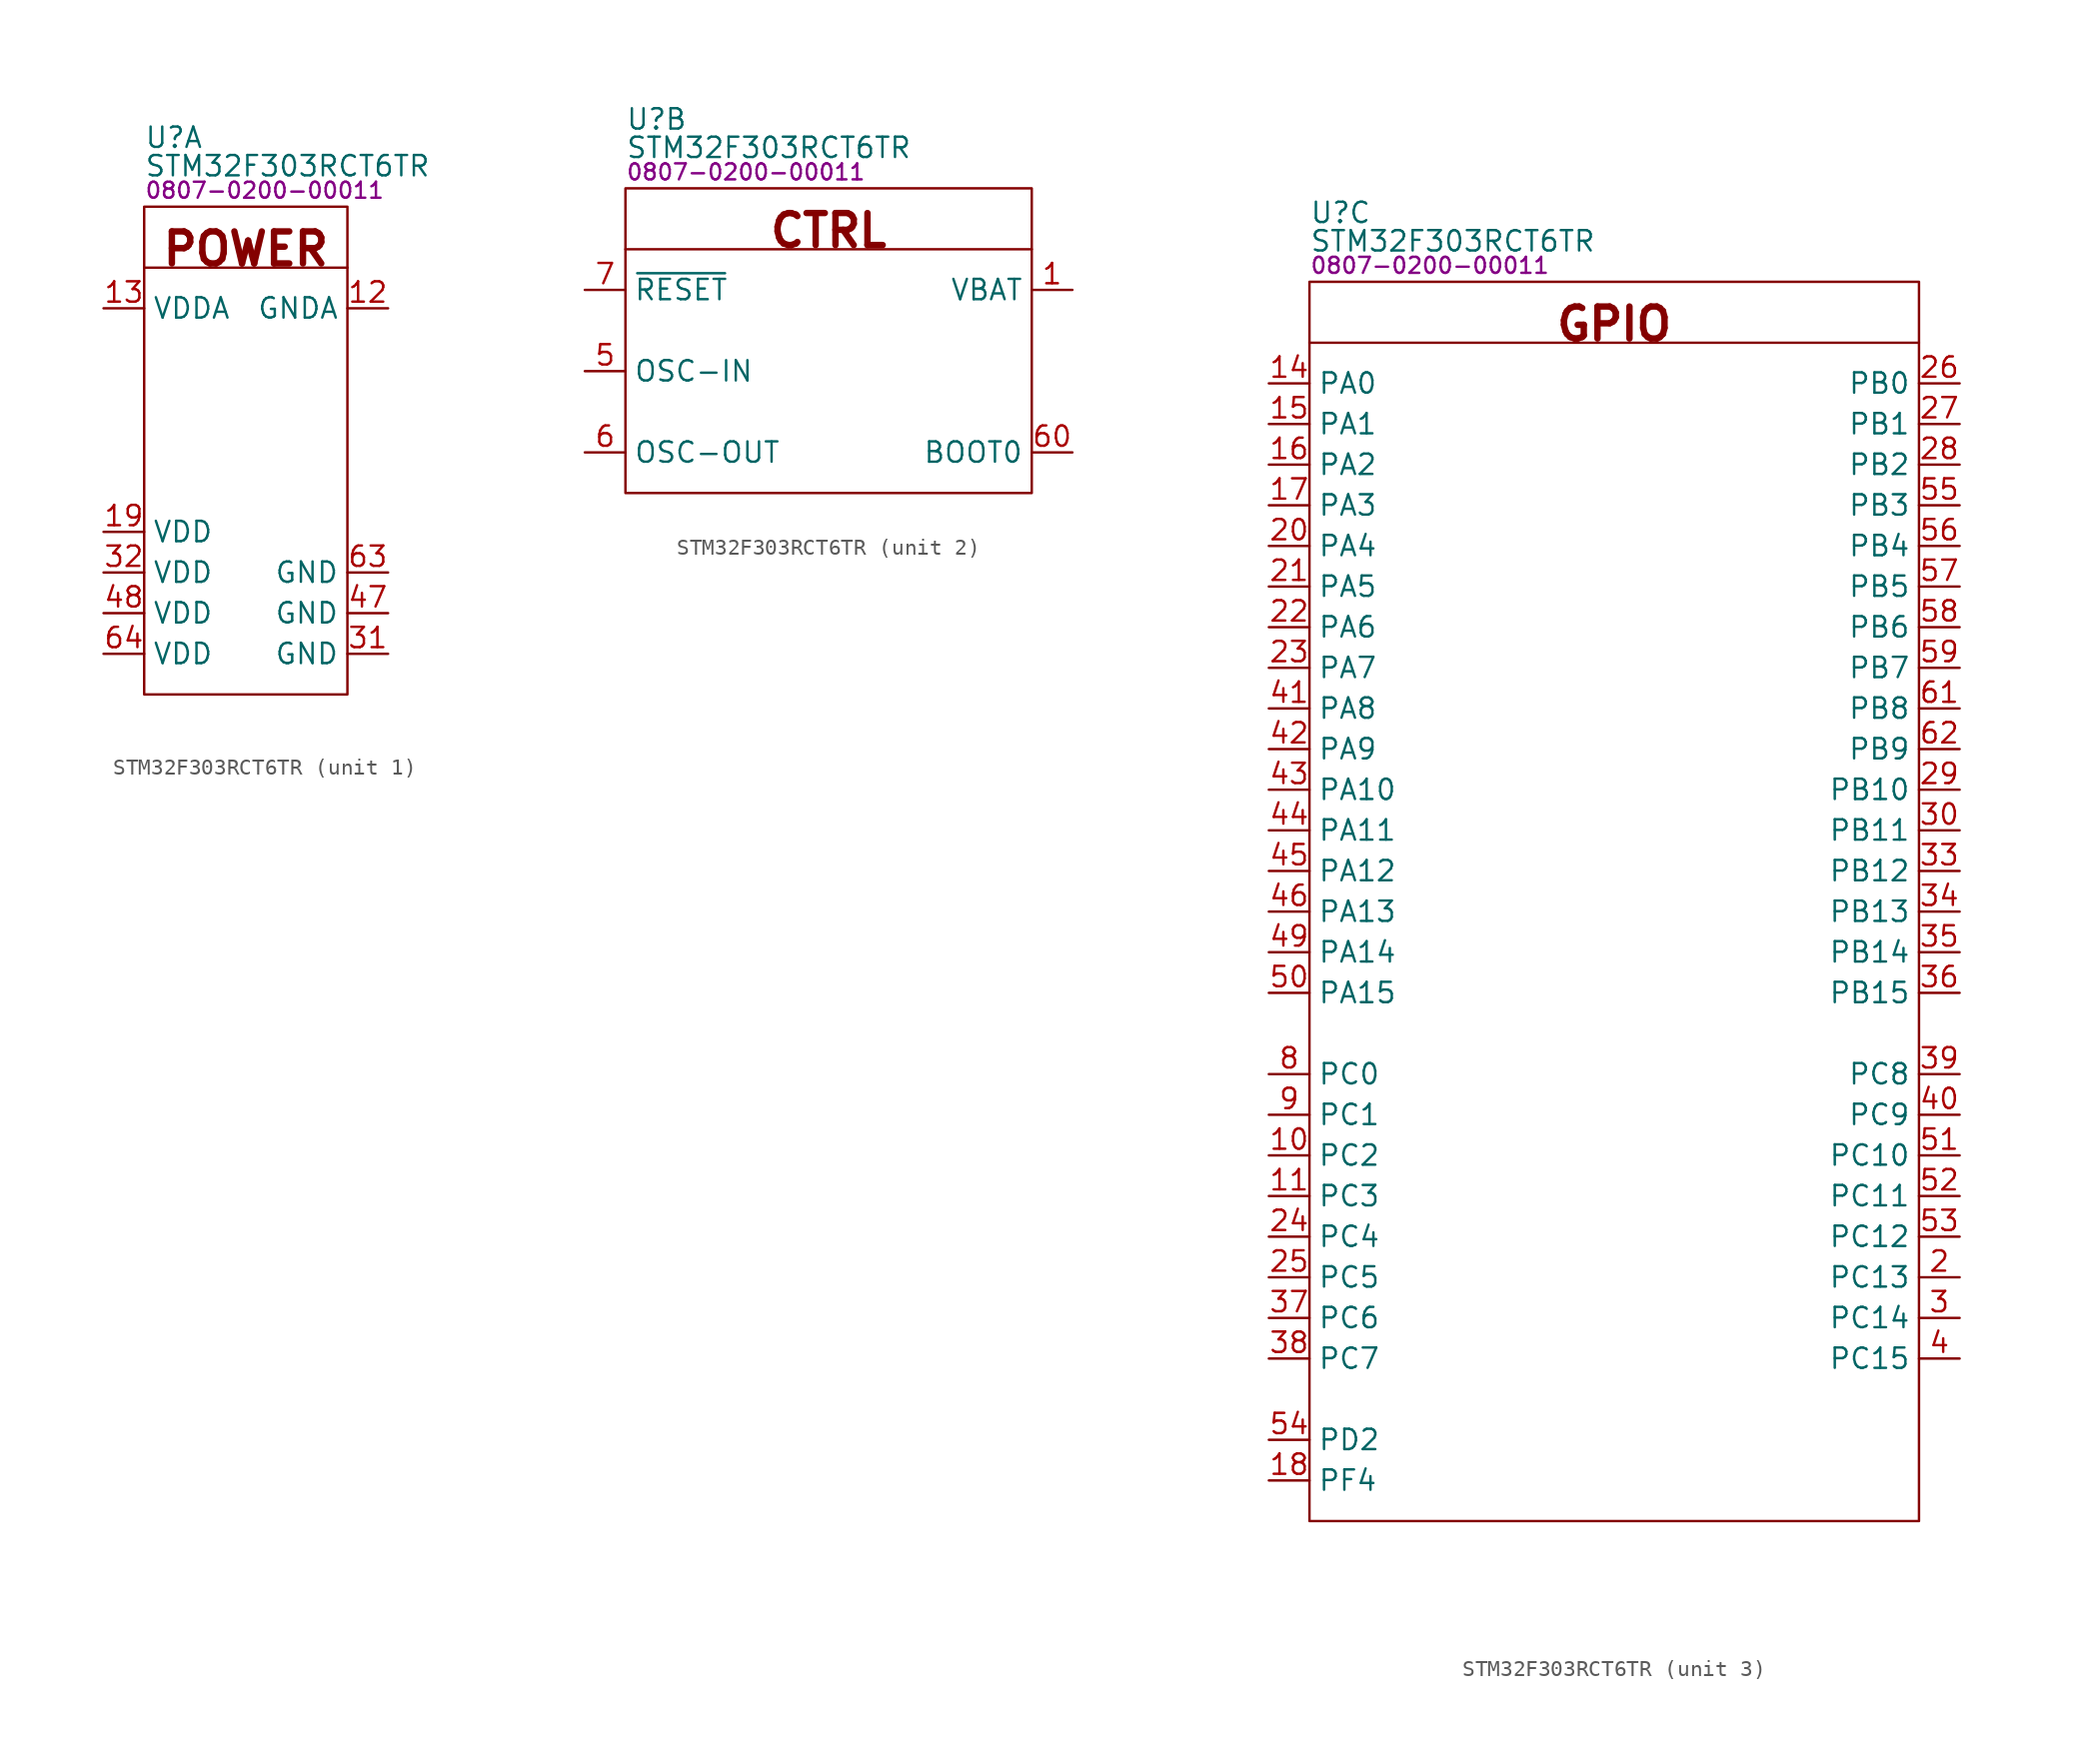
<source format=kicad_sym>
(kicad_symbol_lib
  (version 20231120)
  (generator "kicad_symbol_editor")
  (generator_version "8.0")
  (symbol "STM32F303RCT6TR"
    (property "Reference" "U"
      (at 0 4.318 0)
      (effects (font (size 1.27 1.27)) (justify left)))
    (property "Value" "STM32F303RCT6TR"
      (at 0 2.54 0)
      (effects (font (size 1.27 1.27)) (justify left)))
    (property "PartNumber" "0807-0200-00011"
      (at 0 1.016 0)
      (effects (font (size 1 1)) (justify left)))
    (property "ki_locked" ""
      (at 0 0 0)
      (effects (font (size 1.27 1.27))))
    (symbol "STM32F303RCT6TR_1_0"
      (pin power_in line (at 15.24 -6.35 180) (length 2.54) (name "GNDA" (effects (font (size 1.27 1.27)))) (number "12" (effects (font (size 1.27 1.27)))))
      (pin power_in line (at -2.54 -6.35 0) (length 2.54) (name "VDDA" (effects (font (size 1.27 1.27)))) (number "13" (effects (font (size 1.27 1.27)))))
      (pin power_in line (at -2.54 -20.32 0) (length 2.54) (name "VDD" (effects (font (size 1.27 1.27)))) (number "19" (effects (font (size 1.27 1.27)))))
      (pin power_in line (at 15.24 -27.94 180) (length 2.54) (name "GND" (effects (font (size 1.27 1.27)))) (number "31" (effects (font (size 1.27 1.27)))))
      (pin power_in line (at -2.54 -22.86 0) (length 2.54) (name "VDD" (effects (font (size 1.27 1.27)))) (number "32" (effects (font (size 1.27 1.27)))))
      (pin power_in line (at 15.24 -25.4 180) (length 2.54) (name "GND" (effects (font (size 1.27 1.27)))) (number "47" (effects (font (size 1.27 1.27)))))
      (pin power_in line (at -2.54 -25.4 0) (length 2.54) (name "VDD" (effects (font (size 1.27 1.27)))) (number "48" (effects (font (size 1.27 1.27)))))
      (pin power_in line (at 15.24 -22.86 180) (length 2.54) (name "GND" (effects (font (size 1.27 1.27)))) (number "63" (effects (font (size 1.27 1.27)))))
      (pin power_in line (at -2.54 -27.94 0) (length 2.54) (name "VDD" (effects (font (size 1.27 1.27)))) (number "64" (effects (font (size 1.27 1.27))))))
    (symbol "STM32F303RCT6TR_1_1"
      (polyline (pts (xy 0 -3.81) (xy 12.7 -3.81)) (stroke (width 0) (type default)) (fill (type none)))
      (rectangle (start 0 0) (end 12.7 -30.48) (stroke (width 0) (type default)) (fill (type none)))
      (text "POWER" (at 6.35 -3.81 0) (effects (font (size 2 2) (bold yes)) (justify bottom))))
    (symbol "STM32F303RCT6TR_2_0"
      (pin input line (at 27.94 -6.35 180) (length 2.54) (name "VBAT" (effects (font (size 1.27 1.27)))) (number "1" (effects (font (size 1.27 1.27)))))
      (pin bidirectional line (at -2.54 -11.43 0) (length 2.54) (name "OSC-IN" (effects (font (size 1.27 1.27)))) (number "5" (effects (font (size 1.27 1.27)))) (alternate "I2C2-SDA" bidirectional line) (alternate "PF0" bidirectional line) (alternate "TIM1-CH3-" bidirectional line))
      (pin bidirectional line (at -2.54 -16.51 0) (length 2.54) (name "OSC-OUT" (effects (font (size 1.27 1.27)))) (number "6" (effects (font (size 1.27 1.27)))) (alternate "I2C2-SCL" bidirectional line) (alternate "PF1" bidirectional line))
      (pin input line (at 27.94 -16.51 180) (length 2.54) (name "BOOT0" (effects (font (size 1.27 1.27)))) (number "60" (effects (font (size 1.27 1.27)))))
      (pin input line (at -2.54 -6.35 0) (length 2.54) (name "~{RESET}" (effects (font (size 1.27 1.27)))) (number "7" (effects (font (size 1.27 1.27))))))
    (symbol "STM32F303RCT6TR_2_1"
      (polyline (pts (xy 0 -3.81) (xy 25.4 -3.81)) (stroke (width 0) (type default)) (fill (type none)))
      (rectangle (start 0 0) (end 25.4 -19.05) (stroke (width 0) (type default)) (fill (type none)))
      (text "CTRL" (at 12.7 -3.81 0) (effects (font (size 2 2) (bold yes)) (justify bottom))))
    (symbol "STM32F303RCT6TR_3_0"
      (pin bidirectional line (at -2.54 -54.61 0) (length 2.54) (name "PC2" (effects (font (size 1.27 1.27)))) (number "10" (effects (font (size 1.27 1.27)))) (alternate "ADC12-IN8" bidirectional line) (alternate "COMP7-OUT" bidirectional line))
      (pin bidirectional line (at -2.54 -57.15 0) (length 2.54) (name "PC3" (effects (font (size 1.27 1.27)))) (number "11" (effects (font (size 1.27 1.27)))) (alternate "ADC12-IN9" bidirectional line) (alternate "TIM1-BKIN2" bidirectional line))
      (pin bidirectional line (at -2.54 -6.35 0) (length 2.54) (name "PA0" (effects (font (size 1.27 1.27)))) (number "14" (effects (font (size 1.27 1.27)))) (alternate "ADC1-IN1" bidirectional line) (alternate "COMP1-IN-" bidirectional line) (alternate "COMP1-OUT" bidirectional line) (alternate "COMP7-IN+" bidirectional line) (alternate "RTC-TAMP2" bidirectional line) (alternate "TIM2-CH1-ETR" bidirectional line) (alternate "TIM8-BKIN" bidirectional line) (alternate "TIM8-ETR" bidirectional line) (alternate "TSC-G1-IO1" bidirectional line) (alternate "USART2-CTS" bidirectional line) (alternate "WKUP1" bidirectional line))
      (pin bidirectional line (at -2.54 -8.89 0) (length 2.54) (name "PA1" (effects (font (size 1.27 1.27)))) (number "15" (effects (font (size 1.27 1.27)))) (alternate "ADC1-IN2" bidirectional line) (alternate "COMP1-IN+" bidirectional line) (alternate "OPAMP1-VIN+" bidirectional line) (alternate "OPAMP3-VIN+" bidirectional line) (alternate "RTC-REFIN" bidirectional line) (alternate "TIM15-CH1-" bidirectional line) (alternate "TIM2-CH2" bidirectional line) (alternate "TSC-G1-IO2" bidirectional line) (alternate "USART2-RTS-DE" bidirectional line))
      (pin bidirectional line (at -2.54 -11.43 0) (length 2.54) (name "PA2" (effects (font (size 1.27 1.27)))) (number "16" (effects (font (size 1.27 1.27)))) (alternate "ADC1-IN3" bidirectional line) (alternate "COMP2-IN-" bidirectional line) (alternate "COMP2-OUT" bidirectional line) (alternate "OPAMP1-VOUT" bidirectional line) (alternate "TIM15-CH1" bidirectional line) (alternate "TIM2-CH3" bidirectional line) (alternate "TSC-G1-IO3" bidirectional line) (alternate "USART2-TX" bidirectional line))
      (pin bidirectional line (at -2.54 -13.97 0) (length 2.54) (name "PA3" (effects (font (size 1.27 1.27)))) (number "17" (effects (font (size 1.27 1.27)))) (alternate "ADC1-IN4" bidirectional line) (alternate "COMP2-IN+" bidirectional line) (alternate "OPAMP1-VIN+" bidirectional line) (alternate "OPAMP1-VIN-" bidirectional line) (alternate "TIM15-CH2" bidirectional line) (alternate "TIM2-CH4" bidirectional line) (alternate "TSC-G1-IO4" bidirectional line) (alternate "USART2-RX" bidirectional line))
      (pin bidirectional line (at -2.54 -74.93 0) (length 2.54) (name "PF4" (effects (font (size 1.27 1.27)))) (number "18" (effects (font (size 1.27 1.27)))) (alternate "ADC1-IN5" bidirectional line) (alternate "COMP1-OUT" bidirectional line))
      (pin bidirectional line (at 40.64 -62.23 180) (length 2.54) (name "PC13" (effects (font (size 1.27 1.27)))) (number "2" (effects (font (size 1.27 1.27)))) (alternate "RTC-OUT" bidirectional line) (alternate "RTC-TAMP1" bidirectional line) (alternate "RTC-TS" bidirectional line) (alternate "TIM1-CH1-" bidirectional line) (alternate "WKUP2" bidirectional line))
      (pin bidirectional line (at -2.54 -16.51 0) (length 2.54) (name "PA4" (effects (font (size 1.27 1.27)))) (number "20" (effects (font (size 1.27 1.27)))) (alternate "ADC2-IN1" bidirectional line) (alternate "COMP1-IN-" bidirectional line) (alternate "COMP2-IN-" bidirectional line) (alternate "COMP3-IN-" bidirectional line) (alternate "COMP4-IN-" bidirectional line) (alternate "COMP5-IN-" bidirectional line) (alternate "COMP6-IN-" bidirectional line) (alternate "COMP7-IN-" bidirectional line) (alternate "DAC1-OUT1" bidirectional line) (alternate "I2S3-WS" bidirectional line) (alternate "OPAMP4-VIN+" bidirectional line) (alternate "SPI1-~{SS}" bidirectional line) (alternate "SPI3-~{SS}" bidirectional line) (alternate "TIM3-CH2" bidirectional line) (alternate "TSC-G2-IO1" bidirectional line) (alternate "USART2-CK" bidirectional line))
      (pin bidirectional line (at -2.54 -19.05 0) (length 2.54) (name "PA5" (effects (font (size 1.27 1.27)))) (number "21" (effects (font (size 1.27 1.27)))) (alternate "ADC2-IN2" bidirectional line) (alternate "COMP1-IN-" bidirectional line) (alternate "COMP2-IN-" bidirectional line) (alternate "COMP3-IN-" bidirectional line) (alternate "COMP4-IN-" bidirectional line) (alternate "COMP5-IN-" bidirectional line) (alternate "COMP6-IN-" bidirectional line) (alternate "COMP7-IN-" bidirectional line) (alternate "DAC1-OUT2" bidirectional line) (alternate "OPAMP1-VIN+" bidirectional line) (alternate "OPAMP2-VIN-" bidirectional line) (alternate "OPAMP3-VIN+" bidirectional line) (alternate "SPI1-SCK" bidirectional line) (alternate "TIM2-CH1-ETR" bidirectional line) (alternate "TSC-G2-IO2" bidirectional line))
      (pin bidirectional line (at -2.54 -21.59 0) (length 2.54) (name "PA6" (effects (font (size 1.27 1.27)))) (number "22" (effects (font (size 1.27 1.27)))) (alternate "ADC2-IN3" bidirectional line) (alternate "COMP1-OUT" bidirectional line) (alternate "OPAMP2-VOUT" bidirectional line) (alternate "SPI1-CIPO" bidirectional line) (alternate "TIM1-BKIN" bidirectional line) (alternate "TIM16-CH1" bidirectional line) (alternate "TIM3-CH1" bidirectional line) (alternate "TIM8-BKIN" bidirectional line) (alternate "TSC-G2-IO3" bidirectional line))
      (pin bidirectional line (at -2.54 -24.13 0) (length 2.54) (name "PA7" (effects (font (size 1.27 1.27)))) (number "23" (effects (font (size 1.27 1.27)))) (alternate "ADC2-IN4" bidirectional line) (alternate "COMP2-IN+" bidirectional line) (alternate "COMP2-OUT" bidirectional line) (alternate "OPAMP1-VIN+" bidirectional line) (alternate "OPAMP2-VIN+" bidirectional line) (alternate "SPI1-COPI" bidirectional line) (alternate "TIM1-CH1-" bidirectional line) (alternate "TIM17-CH1" bidirectional line) (alternate "TIM3-CH2" bidirectional line) (alternate "TIM8-CH1-" bidirectional line) (alternate "TSC-G2-IO4" bidirectional line))
      (pin bidirectional line (at -2.54 -59.69 0) (length 2.54) (name "PC4" (effects (font (size 1.27 1.27)))) (number "24" (effects (font (size 1.27 1.27)))) (alternate "ADC2-IN5" bidirectional line) (alternate "USART1-TX" bidirectional line))
      (pin bidirectional line (at -2.54 -62.23 0) (length 2.54) (name "PC5" (effects (font (size 1.27 1.27)))) (number "25" (effects (font (size 1.27 1.27)))) (alternate "ADC2-IN11" bidirectional line) (alternate "OPAMP1-VIN+" bidirectional line) (alternate "OPAMP2-VIN+" bidirectional line) (alternate "TSC-G3-IO1" bidirectional line) (alternate "USART1-RX" bidirectional line))
      (pin bidirectional line (at 40.64 -6.35 180) (length 2.54) (name "PB0" (effects (font (size 1.27 1.27)))) (number "26" (effects (font (size 1.27 1.27)))) (alternate "ADC3-IN12" bidirectional line) (alternate "COMP4-IN+" bidirectional line) (alternate "OPAMP2-VIN+" bidirectional line) (alternate "OPAMP3-VIN+" bidirectional line) (alternate "TIM1-CH2-" bidirectional line) (alternate "TIM3-CH3" bidirectional line) (alternate "TIM8-CH2-" bidirectional line) (alternate "TSC-G3-IO2" bidirectional line))
      (pin bidirectional line (at 40.64 -8.89 180) (length 2.54) (name "PB1" (effects (font (size 1.27 1.27)))) (number "27" (effects (font (size 1.27 1.27)))) (alternate "ADC3-IN1" bidirectional line) (alternate "COMP4-OUT" bidirectional line) (alternate "OPAMP3-VOUT" bidirectional line) (alternate "TIM1-CH3-" bidirectional line) (alternate "TIM3-CH4" bidirectional line) (alternate "TIM8-CH3-" bidirectional line) (alternate "TSC-G3-IO3" bidirectional line))
      (pin bidirectional line (at 40.64 -11.43 180) (length 2.54) (name "PB2" (effects (font (size 1.27 1.27)))) (number "28" (effects (font (size 1.27 1.27)))) (alternate "ADC2-IN12" bidirectional line) (alternate "COMP4-IN-" bidirectional line) (alternate "OPAMP3-VIN-" bidirectional line) (alternate "TSC-G3-IO4" bidirectional line))
      (pin bidirectional line (at 40.64 -31.75 180) (length 2.54) (name "PB10" (effects (font (size 1.27 1.27)))) (number "29" (effects (font (size 1.27 1.27)))) (alternate "COMP5-IN-" bidirectional line) (alternate "OPAMP3-VIN-" bidirectional line) (alternate "OPAMP4-VIN-" bidirectional line) (alternate "TIM2-CH3" bidirectional line) (alternate "TSC-SYNC" bidirectional line) (alternate "USART3-TX" bidirectional line))
      (pin bidirectional line (at 40.64 -64.77 180) (length 2.54) (name "PC14" (effects (font (size 1.27 1.27)))) (number "3" (effects (font (size 1.27 1.27)))) (alternate "OSC32-IN" bidirectional line))
      (pin bidirectional line (at 40.64 -34.29 180) (length 2.54) (name "PB11" (effects (font (size 1.27 1.27)))) (number "30" (effects (font (size 1.27 1.27)))) (alternate "COMP6-IN+" bidirectional line) (alternate "OPAMP4-VIN+" bidirectional line) (alternate "TIM2-CH4" bidirectional line) (alternate "TSC-G6-IO1" bidirectional line) (alternate "USART3-RX" bidirectional line))
      (pin bidirectional line (at 40.64 -36.83 180) (length 2.54) (name "PB12" (effects (font (size 1.27 1.27)))) (number "33" (effects (font (size 1.27 1.27)))) (alternate "ADC4-IN3" bidirectional line) (alternate "COMP3-IN-" bidirectional line) (alternate "I2C2-SMBA" bidirectional line) (alternate "I2S2-WS" bidirectional line) (alternate "OPAMP4-VOUT" bidirectional line) (alternate "SPI2-~{SS}" bidirectional line) (alternate "TIM1-BKIN" bidirectional line) (alternate "TSC-G6-IO2" bidirectional line) (alternate "USART3-CK" bidirectional line))
      (pin bidirectional line (at 40.64 -39.37 180) (length 2.54) (name "PB13" (effects (font (size 1.27 1.27)))) (number "34" (effects (font (size 1.27 1.27)))) (alternate "ADC3-IN5" bidirectional line) (alternate "COMP5-IN+" bidirectional line) (alternate "I2S2-CK" bidirectional line) (alternate "OPAMP3-VIN+" bidirectional line) (alternate "OPAMP4-VIN+" bidirectional line) (alternate "SPI2-SCK" bidirectional line) (alternate "TIM1-CH1-" bidirectional line) (alternate "TSC-G6-IO3" bidirectional line) (alternate "USART3-CTS" bidirectional line))
      (pin bidirectional line (at 40.64 -41.91 180) (length 2.54) (name "PB14" (effects (font (size 1.27 1.27)))) (number "35" (effects (font (size 1.27 1.27)))) (alternate "ADC4-IN4" bidirectional line) (alternate "COMP3-IN+" bidirectional line) (alternate "I2S2ext-SD" bidirectional line) (alternate "OPAMP2-VIN+" bidirectional line) (alternate "SPI2-CIPO" bidirectional line) (alternate "TIM1-CH2-" bidirectional line) (alternate "TIM15-CH1" bidirectional line) (alternate "TSC-G6-IO4" bidirectional line) (alternate "USART3-RTS-DE" bidirectional line))
      (pin bidirectional line (at 40.64 -44.45 180) (length 2.54) (name "PB15" (effects (font (size 1.27 1.27)))) (number "36" (effects (font (size 1.27 1.27)))) (alternate "ADC4-IN5" bidirectional line) (alternate "COMP6-IN-" bidirectional line) (alternate "I2S2-SD" bidirectional line) (alternate "RTC-REFIN" bidirectional line) (alternate "SPI2-COPI" bidirectional line) (alternate "TIM1-CH3-" bidirectional line) (alternate "TIM15-CH1-" bidirectional line) (alternate "TIM15-CH2" bidirectional line))
      (pin bidirectional line (at -2.54 -64.77 0) (length 2.54) (name "PC6" (effects (font (size 1.27 1.27)))) (number "37" (effects (font (size 1.27 1.27)))) (alternate "COMP6-OUT" bidirectional line) (alternate "I2S2-MCK" bidirectional line) (alternate "TIM3-CH1" bidirectional line) (alternate "TIM8-CH1" bidirectional line))
      (pin bidirectional line (at -2.54 -67.31 0) (length 2.54) (name "PC7" (effects (font (size 1.27 1.27)))) (number "38" (effects (font (size 1.27 1.27)))) (alternate "COMP5-OUT" bidirectional line) (alternate "I2S3-MCK" bidirectional line) (alternate "TIM3-CH2" bidirectional line) (alternate "TIM8-CH2" bidirectional line))
      (pin bidirectional line (at 40.64 -49.53 180) (length 2.54) (name "PC8" (effects (font (size 1.27 1.27)))) (number "39" (effects (font (size 1.27 1.27)))) (alternate "COMP3-OUT" bidirectional line) (alternate "TIM3-CH3" bidirectional line) (alternate "TIM8-CH3" bidirectional line))
      (pin bidirectional line (at 40.64 -67.31 180) (length 2.54) (name "PC15" (effects (font (size 1.27 1.27)))) (number "4" (effects (font (size 1.27 1.27)))) (alternate "OSC32-OUT" bidirectional line))
      (pin bidirectional line (at 40.64 -52.07 180) (length 2.54) (name "PC9" (effects (font (size 1.27 1.27)))) (number "40" (effects (font (size 1.27 1.27)))) (alternate "I2S-CKIN" bidirectional line) (alternate "TIM3-CH4" bidirectional line) (alternate "TIM8-BKIN2" bidirectional line) (alternate "TIM8-CH4" bidirectional line))
      (pin bidirectional line (at -2.54 -26.67 0) (length 2.54) (name "PA8" (effects (font (size 1.27 1.27)))) (number "41" (effects (font (size 1.27 1.27)))) (alternate "COMP3-OUT" bidirectional line) (alternate "I2C2-SMBA" bidirectional line) (alternate "I2S2-MCK" bidirectional line) (alternate "MCO" bidirectional line) (alternate "TIM1-CH1" bidirectional line) (alternate "TIM4-ETR" bidirectional line) (alternate "USART1-CK" bidirectional line))
      (pin bidirectional line (at -2.54 -29.21 0) (length 2.54) (name "PA9" (effects (font (size 1.27 1.27)))) (number "42" (effects (font (size 1.27 1.27)))) (alternate "COMP5-OUT" bidirectional line) (alternate "I2C2-SCL" bidirectional line) (alternate "I2S3-MCK" bidirectional line) (alternate "TIM1-CH2" bidirectional line) (alternate "TIM15-BKIN" bidirectional line) (alternate "TIM2-CH3" bidirectional line) (alternate "TSC-G4-IO1" bidirectional line) (alternate "USART1-TX" bidirectional line))
      (pin bidirectional line (at -2.54 -31.75 0) (length 2.54) (name "PA10" (effects (font (size 1.27 1.27)))) (number "43" (effects (font (size 1.27 1.27)))) (alternate "COMP6-OUT" bidirectional line) (alternate "I2C2-SDA" bidirectional line) (alternate "TIM1-CH3" bidirectional line) (alternate "TIM17-BKIN" bidirectional line) (alternate "TIM2-CH4" bidirectional line) (alternate "TIM8-BKIN" bidirectional line) (alternate "TSC-G4-IO2" bidirectional line) (alternate "USART1-RX" bidirectional line))
      (pin bidirectional line (at -2.54 -34.29 0) (length 2.54) (name "PA11" (effects (font (size 1.27 1.27)))) (number "44" (effects (font (size 1.27 1.27)))) (alternate "CAN-RX" bidirectional line) (alternate "COMP1-OUT" bidirectional line) (alternate "TIM1-BKIN2" bidirectional line) (alternate "TIM1-CH1-" bidirectional line) (alternate "TIM1-CH4" bidirectional line) (alternate "TIM4-CH1" bidirectional line) (alternate "USART1-CTS" bidirectional line) (alternate "USB-D-" bidirectional line))
      (pin bidirectional line (at -2.54 -36.83 0) (length 2.54) (name "PA12" (effects (font (size 1.27 1.27)))) (number "45" (effects (font (size 1.27 1.27)))) (alternate "CAN-TX" bidirectional line) (alternate "COMP2-OUT" bidirectional line) (alternate "TIM1-CH2-" bidirectional line) (alternate "TIM1-ETR" bidirectional line) (alternate "TIM16-CH1" bidirectional line) (alternate "TIM4-CH2" bidirectional line) (alternate "USART1-RTS-DE" bidirectional line) (alternate "USB-D+" bidirectional line))
      (pin bidirectional line (at -2.54 -39.37 0) (length 2.54) (name "PA13" (effects (font (size 1.27 1.27)))) (number "46" (effects (font (size 1.27 1.27)))) (alternate "IR-OUT" bidirectional line) (alternate "SWDIO_JTMS" bidirectional line) (alternate "TIM16-CH1-" bidirectional line) (alternate "TIM4-CH3" bidirectional line) (alternate "TSC-G4-IO3" bidirectional line) (alternate "USART3-CTS" bidirectional line))
      (pin bidirectional line (at -2.54 -41.91 0) (length 2.54) (name "PA14" (effects (font (size 1.27 1.27)))) (number "49" (effects (font (size 1.27 1.27)))) (alternate " SWCLK_JTCK" bidirectional line) (alternate "I2C1-SDA" bidirectional line) (alternate "TIM1-BKIN" bidirectional line) (alternate "TIM8-CH2" bidirectional line) (alternate "TSC-G4-IO4" bidirectional line) (alternate "USART2-TX" bidirectional line))
      (pin bidirectional line (at -2.54 -44.45 0) (length 2.54) (name "PA15" (effects (font (size 1.27 1.27)))) (number "50" (effects (font (size 1.27 1.27)))) (alternate "I2C1-SCL" bidirectional line) (alternate "I2S3-WS" bidirectional line) (alternate "JTDI" bidirectional line) (alternate "SPI1-~{SS}" bidirectional line) (alternate "SPI3-~{SS}" bidirectional line) (alternate "TIM1-BKIN" bidirectional line) (alternate "TIM2-CH1-ETR" bidirectional line) (alternate "TIM8-CH1" bidirectional line) (alternate "USART2-RX" bidirectional line))
      (pin bidirectional line (at 40.64 -54.61 180) (length 2.54) (name "PC10" (effects (font (size 1.27 1.27)))) (number "51" (effects (font (size 1.27 1.27)))) (alternate "I2S3-CK" bidirectional line) (alternate "SPI3-SCK" bidirectional line) (alternate "TIM8-CH1-" bidirectional line) (alternate "UART4-TX" bidirectional line) (alternate "USART3-TX" bidirectional line))
      (pin bidirectional line (at 40.64 -57.15 180) (length 2.54) (name "PC11" (effects (font (size 1.27 1.27)))) (number "52" (effects (font (size 1.27 1.27)))) (alternate "I2S3ext-SD" bidirectional line) (alternate "SPI3-CIPO" bidirectional line) (alternate "TIM8-CH2-" bidirectional line) (alternate "UART4-RX" bidirectional line) (alternate "USART3-RX" bidirectional line))
      (pin bidirectional line (at 40.64 -59.69 180) (length 2.54) (name "PC12" (effects (font (size 1.27 1.27)))) (number "53" (effects (font (size 1.27 1.27)))) (alternate "I2S3-SD" bidirectional line) (alternate "SPI3-COPI" bidirectional line) (alternate "TIM8-CH3-" bidirectional line) (alternate "UART5-TX" bidirectional line) (alternate "USART3-CK" bidirectional line))
      (pin bidirectional line (at -2.54 -72.39 0) (length 2.54) (name "PD2" (effects (font (size 1.27 1.27)))) (number "54" (effects (font (size 1.27 1.27)))) (alternate "TIM3-ETR" bidirectional line) (alternate "TIM8-BKIN" bidirectional line) (alternate "UART5-RX" bidirectional line))
      (pin bidirectional line (at 40.64 -13.97 180) (length 2.54) (name "PB3" (effects (font (size 1.27 1.27)))) (number "55" (effects (font (size 1.27 1.27)))) (alternate "I2S3-CK" bidirectional line) (alternate "JTDO_TRACESWO" bidirectional line) (alternate "SPI1-SCK" bidirectional line) (alternate "SPI3-SCK" bidirectional line) (alternate "TIM2-CH2" bidirectional line) (alternate "TIM3-ETR" bidirectional line) (alternate "TIM4-ETR" bidirectional line) (alternate "TIM8-CH1-" bidirectional line) (alternate "TSC-G5-IO1" bidirectional line) (alternate "USART2-TX" bidirectional line))
      (pin bidirectional line (at 40.64 -16.51 180) (length 2.54) (name "PB4" (effects (font (size 1.27 1.27)))) (number "56" (effects (font (size 1.27 1.27)))) (alternate "I2S3ext-SD" bidirectional line) (alternate "NJTRST" bidirectional line) (alternate "SPI1-CIPO" bidirectional line) (alternate "SPI3-CIPO" bidirectional line) (alternate "TIM16-CH1" bidirectional line) (alternate "TIM17-BKIN" bidirectional line) (alternate "TIM3-CH1" bidirectional line) (alternate "TIM8-CH2-" bidirectional line) (alternate "TSC-G5-IO2" bidirectional line) (alternate "USART2-RX" bidirectional line))
      (pin bidirectional line (at 40.64 -19.05 180) (length 2.54) (name "PB5" (effects (font (size 1.27 1.27)))) (number "57" (effects (font (size 1.27 1.27)))) (alternate "I2C1-SMBA" bidirectional line) (alternate "I2S3-SD" bidirectional line) (alternate "SPI1-COPI" bidirectional line) (alternate "SPI3-COPI" bidirectional line) (alternate "TIM16-BKIN" bidirectional line) (alternate "TIM17-CH1" bidirectional line) (alternate "TIM3-CH2" bidirectional line) (alternate "TIM8-CH3-" bidirectional line) (alternate "USART2-CK" bidirectional line))
      (pin bidirectional line (at 40.64 -21.59 180) (length 2.54) (name "PB6" (effects (font (size 1.27 1.27)))) (number "58" (effects (font (size 1.27 1.27)))) (alternate "I2C1-SCL" bidirectional line) (alternate "TIM16-CH1-" bidirectional line) (alternate "TIM4-CH1" bidirectional line) (alternate "TIM8-BKIN2" bidirectional line) (alternate "TIM8-CH1" bidirectional line) (alternate "TIM8-ETR" bidirectional line) (alternate "TSC-G5-IO3" bidirectional line) (alternate "USART1-TX" bidirectional line))
      (pin bidirectional line (at 40.64 -24.13 180) (length 2.54) (name "PB7" (effects (font (size 1.27 1.27)))) (number "59" (effects (font (size 1.27 1.27)))) (alternate "I2C1-SDA" bidirectional line) (alternate "TIM17-CH1-" bidirectional line) (alternate "TIM3-CH4" bidirectional line) (alternate "TIM4-CH2" bidirectional line) (alternate "TIM8-BKIN" bidirectional line) (alternate "TSC-G5-IO4" bidirectional line) (alternate "USART1-RX" bidirectional line))
      (pin bidirectional line (at 40.64 -26.67 180) (length 2.54) (name "PB8" (effects (font (size 1.27 1.27)))) (number "61" (effects (font (size 1.27 1.27)))) (alternate "CAN-RX" bidirectional line) (alternate "COMP1-OUT" bidirectional line) (alternate "I2C1-SCL" bidirectional line) (alternate "TIM1-BKIN" bidirectional line) (alternate "TIM16-CH1" bidirectional line) (alternate "TIM4-CH3" bidirectional line) (alternate "TIM8-CH2" bidirectional line) (alternate "TSC-SYNC" bidirectional line))
      (pin bidirectional line (at 40.64 -29.21 180) (length 2.54) (name "PB9" (effects (font (size 1.27 1.27)))) (number "62" (effects (font (size 1.27 1.27)))) (alternate "CAN-TX" bidirectional line) (alternate "COMP2-OUT" bidirectional line) (alternate "I2C1-SDA" bidirectional line) (alternate "IR-OUT" bidirectional line) (alternate "TIM17-CH1" bidirectional line) (alternate "TIM4-CH4" bidirectional line) (alternate "TIM8-CH3" bidirectional line))
      (pin bidirectional line (at -2.54 -49.53 0) (length 2.54) (name "PC0" (effects (font (size 1.27 1.27)))) (number "8" (effects (font (size 1.27 1.27)))) (alternate "ADC12-IN6" bidirectional line) (alternate "COMP7-IN-" bidirectional line))
      (pin bidirectional line (at -2.54 -52.07 0) (length 2.54) (name "PC1" (effects (font (size 1.27 1.27)))) (number "9" (effects (font (size 1.27 1.27)))) (alternate "ADC12-IN7" bidirectional line) (alternate "COMP7-IN+" bidirectional line)))
    (symbol "STM32F303RCT6TR_3_1"
      (polyline (pts (xy 0 -3.81) (xy 38.1 -3.81)) (stroke (width 0) (type default)) (fill (type none)))
      (rectangle (start 0 0) (end 38.1 -77.47) (stroke (width 0) (type default)) (fill (type none)))
      (text "GPIO" (at 19.05 -3.81 0) (effects (font (size 2 2) (bold yes)) (justify bottom))))))
</source>
